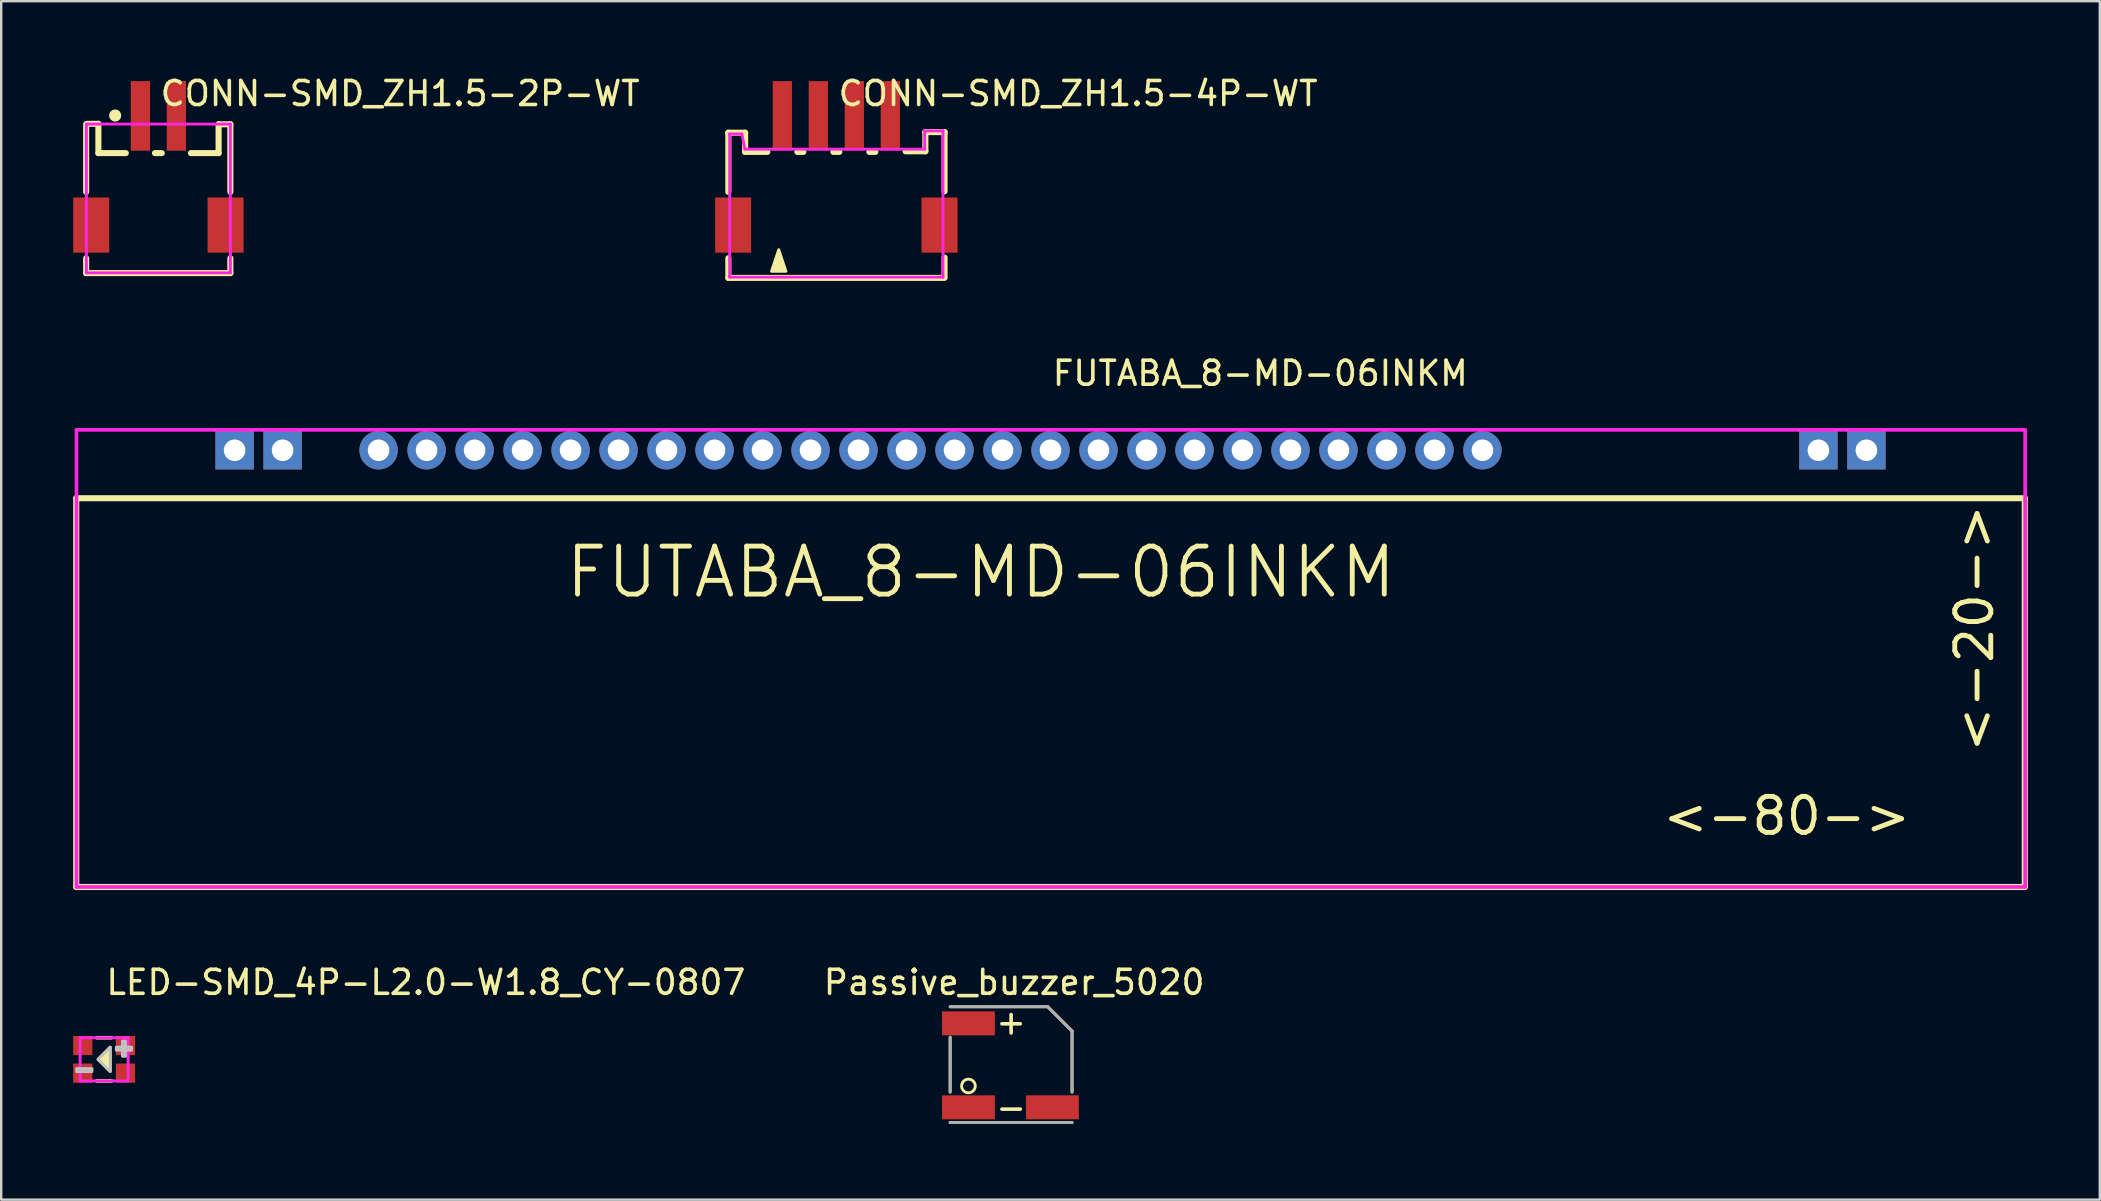
<source format=kicad_pcb>
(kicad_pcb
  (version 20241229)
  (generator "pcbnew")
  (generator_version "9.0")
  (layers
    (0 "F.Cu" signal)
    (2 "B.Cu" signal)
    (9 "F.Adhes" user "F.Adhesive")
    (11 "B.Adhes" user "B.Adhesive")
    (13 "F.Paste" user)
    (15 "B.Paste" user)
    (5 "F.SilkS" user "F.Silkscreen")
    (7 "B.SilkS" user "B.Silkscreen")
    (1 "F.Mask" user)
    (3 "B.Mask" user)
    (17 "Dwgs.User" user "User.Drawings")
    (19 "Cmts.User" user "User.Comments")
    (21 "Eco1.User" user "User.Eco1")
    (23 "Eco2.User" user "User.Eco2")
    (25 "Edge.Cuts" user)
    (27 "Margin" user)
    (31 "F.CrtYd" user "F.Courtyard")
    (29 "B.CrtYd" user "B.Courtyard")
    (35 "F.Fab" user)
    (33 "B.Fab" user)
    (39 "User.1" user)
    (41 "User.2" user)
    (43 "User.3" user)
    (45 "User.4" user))
  (footprint "FUTABA_8-MD-06INKM"
    (layer "F.Cu")
    (at 40.727 15.713)
    (property "Reference" "FUTABA_8-MD-06INKM" (at 0 -3.207 0) (layer "F.SilkS") (effects (font (size 1 1) (thickness 0.15)) (justify left)))
    (attr through_hole)
    (fp_line (start -40.6 2) (end -40.6 18.2) (stroke (width 0.254) (type solid)) (layer "F.SilkS"))
    (fp_line (start 40.6 2) (end -40.6 2) (stroke (width 0.254) (type solid)) (layer "F.SilkS"))
    (fp_line (start 40.6 2) (end 40.6 18.2) (stroke (width 0.254) (type solid)) (layer "F.SilkS"))
    (fp_line (start 40.6 18.2) (end -40.6 18.2) (stroke (width 0.254) (type solid)) (layer "F.SilkS"))
    (fp_line (start -40.589 -0.851) (end 40.615 -0.851) (stroke (width 0.152) (type solid)) (layer "F.CrtYd"))
    (fp_line (start -40.589 18.199) (end -40.589 -0.851) (stroke (width 0.152) (type solid)) (layer "F.CrtYd"))
    (fp_line (start 40.615 -0.851) (end 40.615 18.199) (stroke (width 0.152) (type solid)) (layer "F.CrtYd"))
    (fp_line (start 40.615 18.199) (end -40.589 18.199) (stroke (width 0.152) (type solid)) (layer "F.CrtYd"))
    (fp_text user "<-20->" (at 38.5 12.7 90) (layer "F.SilkS") (effects (font (size 1.5 1.5) (thickness 0.203)) (justify left)))
    (fp_text user "FUTABA_8-MD-06INKM" (at -20.32 5.08 0) (layer "F.SilkS") (effects (font (size 2 2) (thickness 0.203)) (justify left)))
    (fp_text user "<-80->" (at 25.4 15.24 0) (layer "F.SilkS") (effects (font (size 1.5 1.5) (thickness 0.203)) (justify left)))
    (pad "1" thru_hole rect (at 34 0) (size 1.6 1.6) (drill 0.9) (layers "*.Cu" "*.Mask"))
    (pad "2" thru_hole rect (at 32 0) (size 1.6 1.6) (drill 0.9) (layers "*.Cu" "*.Mask"))
    (pad "9" thru_hole circle (at 18 0) (size 1.6 1.6) (drill 0.9) (layers "*.Cu" "*.Mask"))
    (pad "10" thru_hole circle (at 16 0) (size 1.6 1.6) (drill 0.9) (layers "*.Cu" "*.Mask"))
    (pad "11" thru_hole circle (at 14 0) (size 1.6 1.6) (drill 0.9) (layers "*.Cu" "*.Mask"))
    (pad "12" thru_hole circle (at 12 0) (size 1.6 1.6) (drill 0.9) (layers "*.Cu" "*.Mask"))
    (pad "13" thru_hole circle (at 10 0) (size 1.6 1.6) (drill 0.9) (layers "*.Cu" "*.Mask"))
    (pad "14" thru_hole circle (at 8 0) (size 1.6 1.6) (drill 0.9) (layers "*.Cu" "*.Mask"))
    (pad "15" thru_hole circle (at 6 0) (size 1.6 1.6) (drill 0.9) (layers "*.Cu" "*.Mask"))
    (pad "16" thru_hole circle (at 4 0) (size 1.6 1.6) (drill 0.9) (layers "*.Cu" "*.Mask"))
    (pad "17" thru_hole circle (at 2 0) (size 1.6 1.6) (drill 0.9) (layers "*.Cu" "*.Mask"))
    (pad "18" thru_hole circle (at 0 0) (size 1.6 1.6) (drill 0.9) (layers "*.Cu" "*.Mask"))
    (pad "19" thru_hole circle (at -2 0) (size 1.6 1.6) (drill 0.9) (layers "*.Cu" "*.Mask"))
    (pad "20" thru_hole circle (at -4 0) (size 1.6 1.6) (drill 0.9) (layers "*.Cu" "*.Mask"))
    (pad "21" thru_hole circle (at -6 0) (size 1.6 1.6) (drill 0.9) (layers "*.Cu" "*.Mask"))
    (pad "22" thru_hole circle (at -8 0) (size 1.6 1.6) (drill 0.9) (layers "*.Cu" "*.Mask"))
    (pad "23" thru_hole circle (at -10 0) (size 1.6 1.6) (drill 0.9) (layers "*.Cu" "*.Mask"))
    (pad "24" thru_hole circle (at -12 0) (size 1.6 1.6) (drill 0.9) (layers "*.Cu" "*.Mask"))
    (pad "25" thru_hole circle (at -14 0) (size 1.6 1.6) (drill 0.9) (layers "*.Cu" "*.Mask"))
    (pad "26" thru_hole circle (at -16 0) (size 1.6 1.6) (drill 0.9) (layers "*.Cu" "*.Mask"))
    (pad "27" thru_hole circle (at -18 0) (size 1.6 1.6) (drill 0.9) (layers "*.Cu" "*.Mask"))
    (pad "28" thru_hole circle (at -20 0) (size 1.6 1.6) (drill 0.9) (layers "*.Cu" "*.Mask"))
    (pad "29" thru_hole circle (at -22 0) (size 1.6 1.6) (drill 0.9) (layers "*.Cu" "*.Mask"))
    (pad "30" thru_hole circle (at -24 0) (size 1.6 1.6) (drill 0.9) (layers "*.Cu" "*.Mask"))
    (pad "31" thru_hole circle (at -26 0) (size 1.6 1.6) (drill 0.9) (layers "*.Cu" "*.Mask"))
    (pad "32" thru_hole circle (at -28 0) (size 1.6 1.6) (drill 0.9) (layers "*.Cu" "*.Mask"))
    (pad "34" thru_hole rect (at -32 0) (size 1.6 1.6) (drill 0.9) (layers "*.Cu" "*.Mask"))
    (pad "35" thru_hole rect (at -34 0) (size 1.6 1.6) (drill 0.9) (layers "*.Cu" "*.Mask")))
  (footprint "CONN-SMD_ZH1.5-2P-WT"
    (layer "F.Cu")
    (at 3.55 4.055)
    (property "Reference" "CONN-SMD_ZH1.5-2P-WT" (at 0 -3.207 0) (layer "F.SilkS") (effects (font (size 1 1) (thickness 0.15)) (justify left)))
    (attr through_hole)
    (fp_line (start -3.01 -1.925) (end -3.01 0.894) (stroke (width 0.254) (type solid)) (layer "F.SilkS"))
    (fp_line (start -3.01 3.656) (end -3.01 4.275) (stroke (width 0.254) (type solid)) (layer "F.SilkS"))
    (fp_line (start -3.01 4.275) (end 3 4.275) (stroke (width 0.254) (type solid)) (layer "F.SilkS"))
    (fp_line (start -2.5 -1.945) (end -2.98 -1.945) (stroke (width 0.254) (type solid)) (layer "F.SilkS"))
    (fp_line (start -2.5 -0.725) (end -2.5 -1.945) (stroke (width 0.254) (type solid)) (layer "F.SilkS"))
    (fp_line (start -1.358 -0.725) (end -2.5 -0.725) (stroke (width 0.254) (type solid)) (layer "F.SilkS"))
    (fp_line (start 0.142 -0.725) (end -0.142 -0.725) (stroke (width 0.254) (type solid)) (layer "F.SilkS"))
    (fp_line (start 2.51 -1.925) (end 2.51 -0.725) (stroke (width 0.254) (type solid)) (layer "F.SilkS"))
    (fp_line (start 2.51 -0.725) (end 1.358 -0.725) (stroke (width 0.254) (type solid)) (layer "F.SilkS"))
    (fp_line (start 3 -1.925) (end 2.51 -1.925) (stroke (width 0.254) (type solid)) (layer "F.SilkS"))
    (fp_line (start 3 0.894) (end 3 -1.925) (stroke (width 0.254) (type solid)) (layer "F.SilkS"))
    (fp_line (start 3 4.275) (end 3 3.656) (stroke (width 0.254) (type solid)) (layer "F.SilkS"))
    (fp_circle (center -1.8 -2.291) (end -1.673 -2.291) (stroke (width 0.254) (type solid)) (fill no) (layer "F.SilkS"))
    (fp_poly (pts (xy -3.05 1.375) (xy -2.55 1.375) (xy -2.55 3.175) (xy -3.05 3.175)) (stroke (width 0.12) (type solid)) (fill no) (layer "Eco2.User"))
    (fp_poly (pts (xy -1 -2.535) (xy -0.5 -2.535) (xy -0.5 -1.035) (xy -1 -1.035)) (stroke (width 0.12) (type solid)) (fill no) (layer "Eco2.User"))
    (fp_poly (pts (xy 0.5 -2.535) (xy 1 -2.535) (xy 1 -1.035) (xy 0.5 -1.035)) (stroke (width 0.12) (type solid)) (fill no) (layer "Eco2.User"))
    (fp_poly (pts (xy 2.55 1.375) (xy 3.05 1.375) (xy 3.05 3.175) (xy 2.55 3.175)) (stroke (width 0.12) (type solid)) (fill no) (layer "Eco2.User"))
    (fp_line (start -3 -1.935) (end 3 -1.935) (stroke (width 0.12) (type solid)) (layer "F.CrtYd"))
    (fp_line (start -3 4.265) (end -3 -1.935) (stroke (width 0.12) (type solid)) (layer "F.CrtYd"))
    (fp_line (start 3 -1.935) (end 3 4.265) (stroke (width 0.12) (type solid)) (layer "F.CrtYd"))
    (fp_line (start 3 4.265) (end -3 4.265) (stroke (width 0.12) (type solid)) (layer "F.CrtYd"))
    (pad "1" smd rect (at 0.75 -2.275) (size 0.8 2.9) (layers "F.Cu" "F.Mask" "F.Paste"))
    (pad "2" smd rect (at -0.75 -2.275) (size 0.8 2.9) (layers "F.Cu" "F.Mask" "F.Paste"))
    (pad "3" smd rect (at -2.8 2.275) (size 1.5 2.3) (layers "F.Cu" "F.Mask" "F.Paste"))
    (pad "4" smd rect (at 2.8 2.275) (size 1.5 2.3) (layers "F.Cu" "F.Mask" "F.Paste")))
  (footprint "Passive_buzzer_5020"
    (layer "F.Cu")
    (at 37.307 43.095)
    (property "Reference" "Passive_buzzer_5020" (at 1.905 -5.207 0) (layer "F.SilkS") (effects (font (size 1 1) (thickness 0.15))))
    (attr through_hole)
    (fp_line (start -0.762 -4.191) (end 3.302 -4.191) (stroke (width 0.12) (type solid)) (layer "F.SilkS"))
    (fp_line (start -0.762 -0.635) (end -0.762 -2.921) (stroke (width 0.12) (type solid)) (layer "F.SilkS"))
    (fp_line (start 4.318 -3.175) (end 3.302 -4.191) (stroke (width 0.12) (type solid)) (layer "F.SilkS"))
    (fp_line (start 4.318 -3.175) (end 4.318 -0.635) (stroke (width 0.12) (type solid)) (layer "F.SilkS"))
    (fp_line (start 4.318 0.635) (end -0.762 0.635) (stroke (width 0.12) (type solid)) (layer "F.SilkS"))
    (fp_circle (center 0 -0.889) (end 0.254 -0.762) (stroke (width 0.12) (type solid)) (fill no) (layer "F.SilkS"))
    (fp_line (start -0.762 -4.191) (end 3.302 -4.191) (stroke (width 0.12) (type solid)) (layer "F.Fab"))
    (fp_line (start -0.762 -0.635) (end -0.762 -2.921) (stroke (width 0.12) (type solid)) (layer "F.Fab"))
    (fp_line (start 3.302 -4.191) (end 4.318 -3.175) (stroke (width 0.12) (type solid)) (layer "F.Fab"))
    (fp_line (start 4.318 -3.175) (end 4.318 -0.635) (stroke (width 0.12) (type solid)) (layer "F.Fab"))
    (fp_line (start 4.318 0.635) (end -0.762 0.635) (stroke (width 0.12) (type solid)) (layer "F.Fab"))
    (fp_text user "+" (at 1.778 -3.556 0) (layer "F.SilkS") (effects (font (size 1 1) (thickness 0.15))))
    (fp_text user "-" (at 1.778 0 0) (layer "F.SilkS") (effects (font (size 1 1) (thickness 0.15))))
    (pad "1" smd rect (at 0 -3.5) (size 2.2 1) (layers "F.Cu" "F.Mask" "F.Paste"))
    (pad "2" smd rect (at 0 0) (size 2.2 1) (layers "F.Cu" "F.Mask" "F.Paste"))
    (pad "3" smd rect (at 3.5 0) (size 2.2 1) (layers "F.Cu" "F.Mask" "F.Paste")))
  (footprint "LED-SMD_4P-L2.0-W1.8_CY-0807"
    (layer "F.Cu")
    (at 1.289 41.095)
    (property "Reference" "LED-SMD_4P-L2.0-W1.8_CY-0807" (at 0 -3.207 0) (layer "F.SilkS") (effects (font (size 1 1) (thickness 0.15)) (justify left)))
    (attr through_hole)
    (fp_line (start -0.309 0.9) (end 0.309 0.9) (stroke (width 0.152) (type solid)) (layer "F.SilkS"))
    (fp_line (start 0.309 -0.9) (end -0.309 -0.9) (stroke (width 0.152) (type solid)) (layer "F.SilkS"))
    (fp_poly (pts (xy 0.254 -0.508) (xy 0.254 0.508) (xy -0.254 0)) (stroke (width 0.12) (type solid)) (fill yes) (layer "F.SilkS"))
    (fp_poly (pts (xy 0.254 -0.508) (xy 0.254 0.508) (xy -0.254 0)) (stroke (width 0.12) (type solid)) (fill no) (layer "Dwgs.User"))
    (fp_poly (pts (xy -1.143 0.386) (xy -0.508 0.386) (xy -0.508 0.513) (xy -1.143 0.513)) (stroke (width 0.12) (type solid)) (fill no) (layer "Dwgs.User"))
    (fp_poly (pts (xy 0.508 -0.508) (xy 1.143 -0.508) (xy 1.143 -0.381) (xy 0.508 -0.381)) (stroke (width 0.12) (type solid)) (fill no) (layer "Dwgs.User"))
    (fp_poly (pts (xy 0.762 -0.127) (xy 0.762 -0.762) (xy 0.889 -0.762) (xy 0.889 -0.127)) (stroke (width 0.12) (type solid)) (fill no) (layer "Dwgs.User"))
    (fp_circle (center 1 -0.9) (end 1.03 -0.9) (stroke (width 0.06) (type solid)) (fill no) (layer "Eco2.User"))
    (fp_poly (pts (xy -1 -0.885) (xy -0.5 -0.885) (xy -0.5 -0.175) (xy -1 -0.175)) (stroke (width 0.12) (type solid)) (fill no) (layer "Eco2.User"))
    (fp_poly (pts (xy -0.5 0.885) (xy -1 0.885) (xy -1 0.175) (xy -0.5 0.175)) (stroke (width 0.12) (type solid)) (fill no) (layer "Eco2.User"))
    (fp_poly (pts (xy 0.5 -0.885) (xy 1 -0.885) (xy 1 -0.175) (xy 0.5 -0.175)) (stroke (width 0.12) (type solid)) (fill no) (layer "Eco2.User"))
    (fp_poly (pts (xy 1 0.885) (xy 0.5 0.885) (xy 0.5 0.175) (xy 1 0.175)) (stroke (width 0.12) (type solid)) (fill no) (layer "Eco2.User"))
    (fp_line (start -1 -0.9) (end 1 -0.9) (stroke (width 0.12) (type solid)) (layer "F.CrtYd"))
    (fp_line (start -1 0.9) (end -1 -0.9) (stroke (width 0.12) (type solid)) (layer "F.CrtYd"))
    (fp_line (start 1 -0.9) (end 1 0.9) (stroke (width 0.12) (type solid)) (layer "F.CrtYd"))
    (fp_line (start 1 0.9) (end -1 0.9) (stroke (width 0.12) (type solid)) (layer "F.CrtYd"))
    (pad "1" smd rect (at 0.889 -0.575) (size 0.8 0.8) (layers "F.Cu" "F.Mask" "F.Paste"))
    (pad "2" smd rect (at -0.889 -0.575) (size 0.8 0.8) (layers "F.Cu" "F.Mask" "F.Paste"))
    (pad "3" smd rect (at -0.889 0.575) (size 0.8 0.8) (layers "F.Cu" "F.Mask" "F.Paste"))
    (pad "4" smd rect (at 0.889 0.575) (size 0.8 0.8) (layers "F.Cu" "F.Mask" "F.Paste")))
  (footprint "CONN-SMD_ZH1.5-4P-WT"
    (layer "F.Cu")
    (at 31.802 4.055)
    (property "Reference" "CONN-SMD_ZH1.5-4P-WT" (at 0 -3.207 0) (layer "F.SilkS") (effects (font (size 1 1) (thickness 0.15)) (justify left)))
    (attr through_hole)
    (fp_line (start -4.5 -1.575) (end -3.8 -1.575) (stroke (width 0.254) (type solid)) (layer "F.SilkS"))
    (fp_line (start -4.5 0.894) (end -4.5 -1.575) (stroke (width 0.254) (type solid)) (layer "F.SilkS"))
    (fp_line (start -4.5 4.475) (end -4.5 3.656) (stroke (width 0.254) (type solid)) (layer "F.SilkS"))
    (fp_line (start -4.5 4.475) (end 4.5 4.475) (stroke (width 0.254) (type solid)) (layer "F.SilkS"))
    (fp_line (start -3.8 -1.575) (end -3.8 -0.775) (stroke (width 0.254) (type solid)) (layer "F.SilkS"))
    (fp_line (start -2.876 -0.775) (end -3.8 -0.775) (stroke (width 0.254) (type solid)) (layer "F.SilkS"))
    (fp_line (start -1.376 -0.775) (end -1.624 -0.775) (stroke (width 0.254) (type solid)) (layer "F.SilkS"))
    (fp_line (start 0.124 -0.775) (end -0.124 -0.775) (stroke (width 0.254) (type solid)) (layer "F.SilkS"))
    (fp_line (start 1.376 -0.775) (end 1.624 -0.775) (stroke (width 0.254) (type solid)) (layer "F.SilkS"))
    (fp_line (start 3.71 -1.6) (end 3.71 -0.8) (stroke (width 0.254) (type solid)) (layer "F.SilkS"))
    (fp_line (start 3.71 -0.8) (end 2.886 -0.8) (stroke (width 0.254) (type solid)) (layer "F.SilkS"))
    (fp_line (start 4.51 -1.6) (end 3.71 -1.6) (stroke (width 0.254) (type solid)) (layer "F.SilkS"))
    (fp_line (start 4.51 0.869) (end 4.51 -1.6) (stroke (width 0.254) (type solid)) (layer "F.SilkS"))
    (fp_line (start 4.51 4.45) (end 4.51 3.631) (stroke (width 0.254) (type solid)) (layer "F.SilkS"))
    (fp_poly (pts (xy -2.7 4.2) (xy -2.1 4.2) (xy -2.4 3.3)) (stroke (width 0.12) (type solid)) (fill yes) (layer "F.SilkS"))
    (fp_poly (pts (xy -3.8 1.275) (xy -3.8 3.275) (xy -4.8 3.275) (xy -4.8 1.275)) (stroke (width 0.12) (type solid)) (fill no) (layer "Eco2.User"))
    (fp_poly (pts (xy -2 -3.275) (xy -2 -0.275) (xy -2.5 -0.275) (xy -2.5 -3.275)) (stroke (width 0.12) (type solid)) (fill no) (layer "Eco2.User"))
    (fp_poly (pts (xy -0.5 -3.275) (xy -0.5 -0.275) (xy -1 -0.275) (xy -1 -3.275)) (stroke (width 0.12) (type solid)) (fill no) (layer "Eco2.User"))
    (fp_poly (pts (xy 1 -3.275) (xy 1 -0.275) (xy 0.5 -0.275) (xy 0.5 -3.275)) (stroke (width 0.12) (type solid)) (fill no) (layer "Eco2.User"))
    (fp_poly (pts (xy 2.5 -3.275) (xy 2.5 -0.275) (xy 2 -0.275) (xy 2 -3.275)) (stroke (width 0.12) (type solid)) (fill no) (layer "Eco2.User"))
    (fp_poly (pts (xy 4.8 1.275) (xy 4.8 3.275) (xy 3.8 3.275) (xy 3.8 1.275)) (stroke (width 0.12) (type solid)) (fill no) (layer "Eco2.User"))
    (fp_line (start -4.445 -1.524) (end -3.937 -1.524) (stroke (width 0.12) (type solid)) (layer "F.CrtYd"))
    (fp_line (start -4.445 4.445) (end -4.445 -1.524) (stroke (width 0.12) (type solid)) (layer "F.CrtYd"))
    (fp_line (start -3.937 -1.524) (end -3.81 -0.889) (stroke (width 0.12) (type solid)) (layer "F.CrtYd"))
    (fp_line (start -3.81 -0.889) (end 3.683 -0.889) (stroke (width 0.12) (type solid)) (layer "F.CrtYd"))
    (fp_line (start 3.683 -1.651) (end 4.445 -1.651) (stroke (width 0.12) (type solid)) (layer "F.CrtYd"))
    (fp_line (start 3.683 -0.889) (end 3.683 -1.651) (stroke (width 0.12) (type solid)) (layer "F.CrtYd"))
    (fp_line (start 4.445 -1.651) (end 4.445 4.445) (stroke (width 0.12) (type solid)) (layer "F.CrtYd"))
    (fp_line (start 4.445 4.445) (end -4.445 4.445) (stroke (width 0.12) (type solid)) (layer "F.CrtYd"))
    (pad "1" smd rect (at -2.25 -2.275 90) (size 2.9 0.8) (layers "F.Cu" "F.Mask" "F.Paste"))
    (pad "2" smd rect (at -0.75 -2.275 90) (size 2.9 0.8) (layers "F.Cu" "F.Mask" "F.Paste"))
    (pad "3" smd rect (at 0.75 -2.275 90) (size 2.9 0.8) (layers "F.Cu" "F.Mask" "F.Paste"))
    (pad "4" smd rect (at 2.25 -2.275 90) (size 2.9 0.8) (layers "F.Cu" "F.Mask" "F.Paste"))
    (pad "5" smd rect (at 4.3 2.275 90) (size 2.3 1.5) (layers "F.Cu" "F.Mask" "F.Paste"))
    (pad "6" smd rect (at -4.3 2.275 90) (size 2.3 1.5) (layers "F.Cu" "F.Mask" "F.Paste")))
  (gr_rect
    (start -3 -3)
    (end 84.454 46.943)
    (stroke (width 0.1) (type default))
    (fill no)
    (layer "Edge.Cuts")))
</source>
